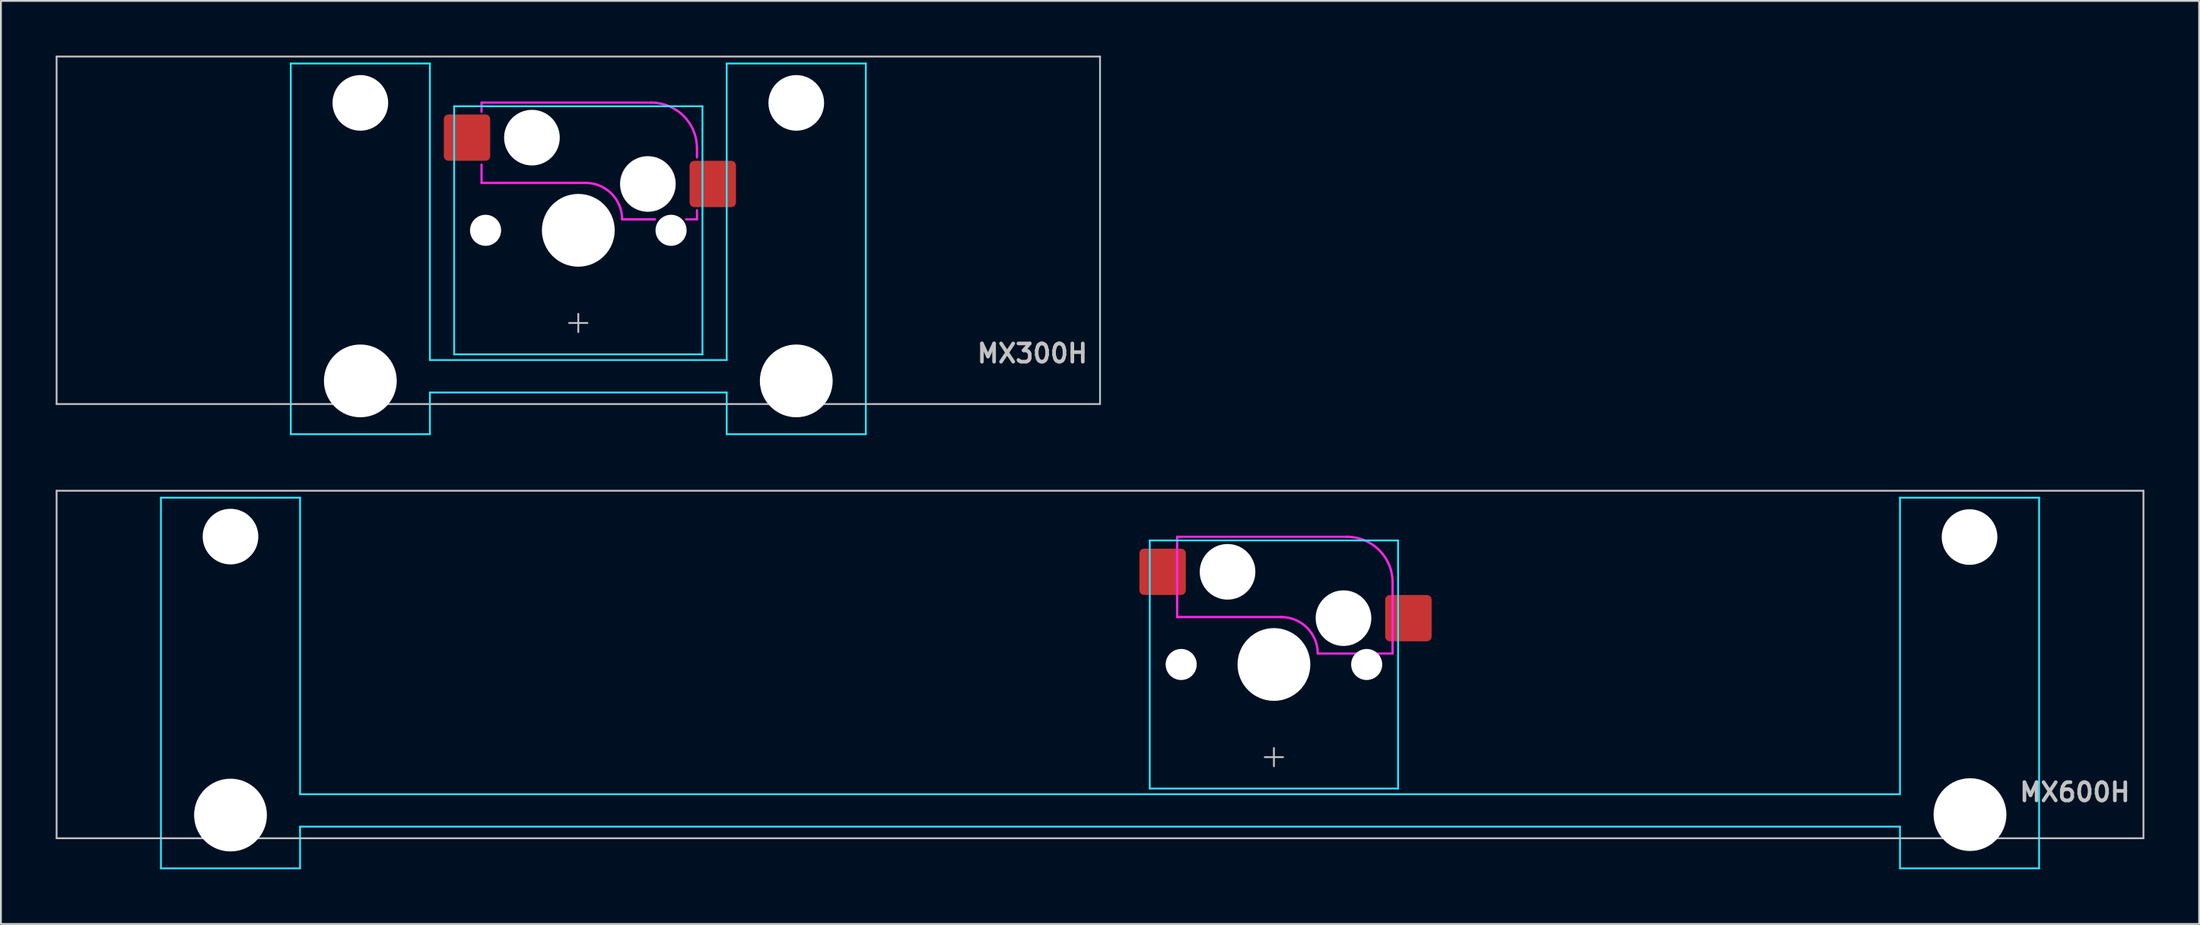
<source format=kicad_pcb>
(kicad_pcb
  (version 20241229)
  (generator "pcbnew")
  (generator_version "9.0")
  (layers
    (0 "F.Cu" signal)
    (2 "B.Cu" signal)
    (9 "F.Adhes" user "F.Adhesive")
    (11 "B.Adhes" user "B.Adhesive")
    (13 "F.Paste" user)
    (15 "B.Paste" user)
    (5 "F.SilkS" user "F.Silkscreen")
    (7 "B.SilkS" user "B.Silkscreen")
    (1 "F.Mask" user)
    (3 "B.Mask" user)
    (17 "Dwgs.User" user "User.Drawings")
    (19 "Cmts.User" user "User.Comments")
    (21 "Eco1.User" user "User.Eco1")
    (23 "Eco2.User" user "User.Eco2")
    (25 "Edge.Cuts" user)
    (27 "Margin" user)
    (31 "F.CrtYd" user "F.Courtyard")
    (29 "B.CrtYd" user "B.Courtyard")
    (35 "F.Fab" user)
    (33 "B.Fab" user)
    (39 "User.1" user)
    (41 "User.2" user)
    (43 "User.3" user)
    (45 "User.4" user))
  (footprint "MX600H"
    (layer "F.Cu")
    (at 66.725 33.376)
    (property "Reference" "MX600H" (at 47 7 0) (layer "Dwgs.User") (effects (font (size 1 1) (thickness 0.2)) (justify right)))
    (attr smd)
    (fp_line (start -66.675 -9.525) (end -66.675 9.525) (stroke (width 0.1) (type solid)) (layer "Dwgs.User"))
    (fp_line (start -66.675 -9.525) (end 47.625 -9.525) (stroke (width 0.1) (type solid)) (layer "Dwgs.User"))
    (fp_line (start -66.675 9.525) (end 47.625 9.525) (stroke (width 0.1) (type solid)) (layer "Dwgs.User"))
    (fp_line (start -0.5 5.08) (end 0.5 5.08) (stroke (width 0.1) (type solid)) (layer "Dwgs.User"))
    (fp_line (start 0 4.58) (end 0 5.58) (stroke (width 0.1) (type solid)) (layer "Dwgs.User"))
    (fp_line (start 47.625 -9.525) (end 47.625 9.525) (stroke (width 0.1) (type solid)) (layer "Dwgs.User"))
    (fp_line (start -60.65 -5.485) (end -60.65 8.515) (stroke (width 0.1) (type solid)) (layer "Eco1.User"))
    (fp_line (start -60.15 -5.985) (end -54.15 -5.985) (stroke (width 0.1) (type solid)) (layer "Eco1.User"))
    (fp_line (start -54.15 9.015) (end -60.15 9.015) (stroke (width 0.1) (type solid)) (layer "Eco1.User"))
    (fp_line (start -53.65 8.515) (end -53.65 -5.485) (stroke (width 0.1) (type solid)) (layer "Eco1.User"))
    (fp_line (start -7 -6.5) (end -7 6.5) (stroke (width 0.1) (type solid)) (layer "Eco1.User"))
    (fp_line (start -6.5 7) (end 6.5 7) (stroke (width 0.1) (type solid)) (layer "Eco1.User"))
    (fp_line (start 6.5 -7) (end -6.5 -7) (stroke (width 0.1) (type solid)) (layer "Eco1.User"))
    (fp_line (start 7 6.5) (end 7 -6.5) (stroke (width 0.1) (type solid)) (layer "Eco1.User"))
    (fp_line (start 34.6 -5.485) (end 34.6 8.515) (stroke (width 0.1) (type solid)) (layer "Eco1.User"))
    (fp_line (start 35.1 -5.985) (end 41.1 -5.985) (stroke (width 0.1) (type solid)) (layer "Eco1.User"))
    (fp_line (start 41.1 9.015) (end 35.1 9.015) (stroke (width 0.1) (type solid)) (layer "Eco1.User"))
    (fp_line (start 41.6 8.515) (end 41.6 -5.485) (stroke (width 0.1) (type solid)) (layer "Eco1.User"))
    (fp_arc (start -60.65 -5.485) (mid -60.503553 -5.838553) (end -60.15 -5.985) (stroke (width 0.1) (type solid)) (layer "Eco1.User"))
    (fp_arc (start -60.15 9.015) (mid -60.503553 8.868553) (end -60.65 8.515) (stroke (width 0.1) (type solid)) (layer "Eco1.User"))
    (fp_arc (start -54.15 -5.985) (mid -53.796447 -5.838553) (end -53.65 -5.485) (stroke (width 0.1) (type solid)) (layer "Eco1.User"))
    (fp_arc (start -53.65 8.515) (mid -53.796447 8.868553) (end -54.15 9.015) (stroke (width 0.1) (type solid)) (layer "Eco1.User"))
    (fp_arc (start -7 -6.5) (mid -6.853553 -6.853553) (end -6.5 -7) (stroke (width 0.1) (type solid)) (layer "Eco1.User"))
    (fp_arc (start -6.5 7) (mid -6.853553 6.853553) (end -7 6.5) (stroke (width 0.1) (type solid)) (layer "Eco1.User"))
    (fp_arc (start 6.5 -7) (mid 6.853553 -6.853553) (end 7 -6.5) (stroke (width 0.1) (type solid)) (layer "Eco1.User"))
    (fp_arc (start 7 6.5) (mid 6.853553 6.853553) (end 6.5 7) (stroke (width 0.1) (type solid)) (layer "Eco1.User"))
    (fp_arc (start 34.6 -5.485) (mid 34.746447 -5.838553) (end 35.1 -5.985) (stroke (width 0.1) (type solid)) (layer "Eco1.User"))
    (fp_arc (start 35.1 9.015) (mid 34.746447 8.868553) (end 34.6 8.515) (stroke (width 0.1) (type solid)) (layer "Eco1.User"))
    (fp_arc (start 41.1 -5.985) (mid 41.453553 -5.838553) (end 41.6 -5.485) (stroke (width 0.1) (type solid)) (layer "Eco1.User"))
    (fp_arc (start 41.6 8.515) (mid 41.453553 8.868553) (end 41.1 9.015) (stroke (width 0.1) (type solid)) (layer "Eco1.User"))
    (fp_line (start -60.96 -9.144) (end -60.96 11.176) (stroke (width 0.1) (type solid)) (layer "B.CrtYd"))
    (fp_line (start -60.96 -9.144) (end -53.34 -9.144) (stroke (width 0.1) (type solid)) (layer "B.CrtYd"))
    (fp_line (start -60.96 11.176) (end -53.34 11.176) (stroke (width 0.1) (type solid)) (layer "B.CrtYd"))
    (fp_line (start -53.34 7.112) (end -53.34 -9.144) (stroke (width 0.1) (type solid)) (layer "B.CrtYd"))
    (fp_line (start -53.34 7.112) (end 34.29 7.112) (stroke (width 0.1) (type solid)) (layer "B.CrtYd"))
    (fp_line (start -53.34 8.89) (end -53.34 11.176) (stroke (width 0.1) (type solid)) (layer "B.CrtYd"))
    (fp_line (start -53.34 8.89) (end 34.29 8.89) (stroke (width 0.1) (type solid)) (layer "B.CrtYd"))
    (fp_line (start -6.8 -6.8) (end -6.8 6.8) (stroke (width 0.1) (type solid)) (layer "B.CrtYd"))
    (fp_line (start 6.8 -6.8) (end -6.8 -6.8) (stroke (width 0.1) (type solid)) (layer "B.CrtYd"))
    (fp_line (start 6.8 -6.8) (end 6.8 6.8) (stroke (width 0.1) (type solid)) (layer "B.CrtYd"))
    (fp_line (start 6.8 6.8) (end -6.8 6.8) (stroke (width 0.1) (type solid)) (layer "B.CrtYd"))
    (fp_line (start 34.29 7.112) (end 34.29 -9.144) (stroke (width 0.1) (type solid)) (layer "B.CrtYd"))
    (fp_line (start 34.29 8.89) (end 34.29 11.176) (stroke (width 0.1) (type solid)) (layer "B.CrtYd"))
    (fp_line (start 41.91 -9.144) (end 34.29 -9.144) (stroke (width 0.1) (type solid)) (layer "B.CrtYd"))
    (fp_line (start 41.91 -9.144) (end 41.91 11.176) (stroke (width 0.1) (type solid)) (layer "B.CrtYd"))
    (fp_line (start 41.91 11.176) (end 34.29 11.176) (stroke (width 0.1) (type solid)) (layer "B.CrtYd"))
    (fp_line (start -5.3 -7) (end -5.3 -2.6) (stroke (width 0.127) (type solid)) (layer "F.CrtYd"))
    (fp_line (start -5.2 -7) (end -5.3 -7) (stroke (width 0.12) (type solid)) (layer "F.CrtYd"))
    (fp_line (start 0.4 -2.6) (end -5.3 -2.6) (stroke (width 0.127) (type solid)) (layer "F.CrtYd"))
    (fp_line (start 4 -7) (end -5.2 -7) (stroke (width 0.12) (type solid)) (layer "F.CrtYd"))
    (fp_line (start 6.5 -4.5) (end 6.5 -0.6) (stroke (width 0.127) (type solid)) (layer "F.CrtYd"))
    (fp_line (start 6.5 -0.6) (end 2.4 -0.6) (stroke (width 0.12) (type solid)) (layer "F.CrtYd"))
    (fp_arc (start 0.4 -2.6) (mid 1.814214 -2.014214) (end 2.4 -0.6) (stroke (width 0.127) (type solid)) (layer "F.CrtYd"))
    (fp_arc (start 4 -7) (mid 5.767767 -6.267767) (end 6.5 -4.5) (stroke (width 0.127) (type solid)) (layer "F.CrtYd"))
    (pad "" np_thru_hole circle (at -57.15 -7.01) (size 3.048 3.048) (drill 3.048) (layers "*.Cu" "*.Mask"))
    (pad "" np_thru_hole circle (at -57.15 8.255) (size 3.988 3.988) (drill 3.988) (layers "*.Cu" "*.Mask"))
    (pad "" np_thru_hole circle (at -5.08 0) (size 1.702 1.702) (drill 1.702) (layers "*.Cu" "*.Mask"))
    (pad "" np_thru_hole circle (at -2.54 -5.08) (size 3.048 3.048) (drill 3.048) (layers "*.Cu" "*.Mask"))
    (pad "" np_thru_hole circle (at 0 0) (size 3.988 3.988) (drill 3.988) (layers "*.Cu" "*.Mask"))
    (pad "" np_thru_hole circle (at 3.81 -2.54) (size 3.048 3.048) (drill 3.048) (layers "*.Cu" "*.Mask"))
    (pad "" np_thru_hole circle (at 5.08 0) (size 1.702 1.702) (drill 1.702) (layers "*.Cu" "*.Mask"))
    (pad "" np_thru_hole circle (at 38.1 -6.985) (size 3.048 3.048) (drill 3.048) (layers "*.Cu" "*.Mask"))
    (pad "" np_thru_hole circle (at 38.125 8.23) (size 3.988 3.988) (drill 3.988) (layers "*.Cu" "*.Mask"))
    (pad "1" smd roundrect (at -6.096 -5.08) (size 2.54 2.54) (layers "F.Cu" "F.Mask") (roundrect_rratio 0.1))
    (pad "2" smd roundrect (at 7.366 -2.54) (size 2.54 2.54) (layers "F.Cu" "F.Mask") (roundrect_rratio 0.1)))
  (footprint "MX300H"
    (layer "F.Cu")
    (at 28.625 9.575)
    (property "Reference" "MX300H" (at 28 6.75 0) (layer "Dwgs.User") (effects (font (size 1 1) (thickness 0.2)) (justify right)))
    (attr smd)
    (fp_line (start -28.575 -9.525) (end -28.575 9.525) (stroke (width 0.1) (type solid)) (layer "Dwgs.User"))
    (fp_line (start -28.575 -9.525) (end 28.575 -9.525) (stroke (width 0.1) (type solid)) (layer "Dwgs.User"))
    (fp_line (start -28.575 9.525) (end 28.575 9.525) (stroke (width 0.1) (type solid)) (layer "Dwgs.User"))
    (fp_line (start -0.5 5.08) (end 0.5 5.08) (stroke (width 0.1) (type solid)) (layer "Dwgs.User"))
    (fp_line (start 0 4.58) (end 0 5.58) (stroke (width 0.1) (type solid)) (layer "Dwgs.User"))
    (fp_line (start 28.575 -9.525) (end 28.575 9.525) (stroke (width 0.1) (type solid)) (layer "Dwgs.User"))
    (fp_line (start -15.438 -5.485) (end -15.438 8.515) (stroke (width 0.1) (type solid)) (layer "Eco1.User"))
    (fp_line (start -14.938 -5.985) (end -8.938 -5.985) (stroke (width 0.1) (type solid)) (layer "Eco1.User"))
    (fp_line (start -8.938 9.015) (end -14.938 9.015) (stroke (width 0.1) (type solid)) (layer "Eco1.User"))
    (fp_line (start -8.438 8.515) (end -8.438 -5.485) (stroke (width 0.1) (type solid)) (layer "Eco1.User"))
    (fp_line (start -7 -6.5) (end -7 6.5) (stroke (width 0.1) (type solid)) (layer "Eco1.User"))
    (fp_line (start -6.5 7) (end 6.5 7) (stroke (width 0.1) (type solid)) (layer "Eco1.User"))
    (fp_line (start 6.5 -7) (end -6.5 -7) (stroke (width 0.1) (type solid)) (layer "Eco1.User"))
    (fp_line (start 7 6.5) (end 7 -6.5) (stroke (width 0.1) (type solid)) (layer "Eco1.User"))
    (fp_line (start 8.438 -5.485) (end 8.438 8.515) (stroke (width 0.1) (type solid)) (layer "Eco1.User"))
    (fp_line (start 8.938 -5.985) (end 14.938 -5.985) (stroke (width 0.1) (type solid)) (layer "Eco1.User"))
    (fp_line (start 14.938 9.015) (end 8.938 9.015) (stroke (width 0.1) (type solid)) (layer "Eco1.User"))
    (fp_line (start 15.438 8.515) (end 15.438 -5.485) (stroke (width 0.1) (type solid)) (layer "Eco1.User"))
    (fp_arc (start -15.438 -5.485) (mid -15.291553 -5.838553) (end -14.938 -5.985) (stroke (width 0.1) (type solid)) (layer "Eco1.User"))
    (fp_arc (start -14.938 9.015) (mid -15.291553 8.868553) (end -15.438 8.515) (stroke (width 0.1) (type solid)) (layer "Eco1.User"))
    (fp_arc (start -8.938 -5.985) (mid -8.584447 -5.838553) (end -8.438 -5.485) (stroke (width 0.1) (type solid)) (layer "Eco1.User"))
    (fp_arc (start -8.438 8.515) (mid -8.584447 8.868553) (end -8.938 9.015) (stroke (width 0.1) (type solid)) (layer "Eco1.User"))
    (fp_arc (start -7 -6.5) (mid -6.853553 -6.853553) (end -6.5 -7) (stroke (width 0.1) (type solid)) (layer "Eco1.User"))
    (fp_arc (start -6.5 7) (mid -6.853553 6.853553) (end -7 6.5) (stroke (width 0.1) (type solid)) (layer "Eco1.User"))
    (fp_arc (start 6.5 -7) (mid 6.853553 -6.853553) (end 7 -6.5) (stroke (width 0.1) (type solid)) (layer "Eco1.User"))
    (fp_arc (start 7 6.5) (mid 6.853553 6.853553) (end 6.5 7) (stroke (width 0.1) (type solid)) (layer "Eco1.User"))
    (fp_arc (start 8.438 -5.485) (mid 8.584447 -5.838553) (end 8.938 -5.985) (stroke (width 0.1) (type solid)) (layer "Eco1.User"))
    (fp_arc (start 8.938 9.015) (mid 8.584447 8.868553) (end 8.438 8.515) (stroke (width 0.1) (type solid)) (layer "Eco1.User"))
    (fp_arc (start 14.938 -5.985) (mid 15.291553 -5.838553) (end 15.438 -5.485) (stroke (width 0.1) (type solid)) (layer "Eco1.User"))
    (fp_arc (start 15.438 8.515) (mid 15.291553 8.868553) (end 14.938 9.015) (stroke (width 0.1) (type solid)) (layer "Eco1.User"))
    (fp_line (start -15.748 -9.144) (end -15.748 11.176) (stroke (width 0.1) (type solid)) (layer "B.CrtYd"))
    (fp_line (start -15.748 11.176) (end -8.128 11.176) (stroke (width 0.1) (type solid)) (layer "B.CrtYd"))
    (fp_line (start -8.128 -9.144) (end -15.748 -9.144) (stroke (width 0.1) (type solid)) (layer "B.CrtYd"))
    (fp_line (start -8.128 7.112) (end -8.128 -9.144) (stroke (width 0.1) (type solid)) (layer "B.CrtYd"))
    (fp_line (start -8.128 7.112) (end 8.128 7.112) (stroke (width 0.1) (type solid)) (layer "B.CrtYd"))
    (fp_line (start -8.128 8.89) (end -8.128 11.176) (stroke (width 0.1) (type solid)) (layer "B.CrtYd"))
    (fp_line (start -8.128 8.89) (end 8.128 8.89) (stroke (width 0.1) (type solid)) (layer "B.CrtYd"))
    (fp_line (start -6.8 -6.8) (end -6.8 6.8) (stroke (width 0.1) (type solid)) (layer "B.CrtYd"))
    (fp_line (start 6.8 -6.8) (end -6.8 -6.8) (stroke (width 0.1) (type solid)) (layer "B.CrtYd"))
    (fp_line (start 6.8 -6.8) (end 6.8 6.8) (stroke (width 0.1) (type solid)) (layer "B.CrtYd"))
    (fp_line (start 6.8 6.8) (end -6.8 6.8) (stroke (width 0.1) (type solid)) (layer "B.CrtYd"))
    (fp_line (start 8.128 -9.144) (end 15.748 -9.144) (stroke (width 0.1) (type solid)) (layer "B.CrtYd"))
    (fp_line (start 8.128 7.112) (end 8.128 -9.142) (stroke (width 0.1) (type solid)) (layer "B.CrtYd"))
    (fp_line (start 8.128 8.89) (end 8.128 11.176) (stroke (width 0.1) (type solid)) (layer "B.CrtYd"))
    (fp_line (start 15.748 11.176) (end 8.128 11.176) (stroke (width 0.1) (type solid)) (layer "B.CrtYd"))
    (fp_line (start 15.748 11.176) (end 15.748 -9.144) (stroke (width 0.1) (type solid)) (layer "B.CrtYd"))
    (fp_line (start -5.3 -7) (end -5.3 -6.5) (stroke (width 0.127) (type solid)) (layer "F.CrtYd"))
    (fp_line (start -5.3 -3.6) (end -5.3 -2.6) (stroke (width 0.127) (type solid)) (layer "F.CrtYd"))
    (fp_line (start -5.2 -7) (end -5.3 -7) (stroke (width 0.12) (type solid)) (layer "F.CrtYd"))
    (fp_line (start 0.4 -2.6) (end -5.3 -2.6) (stroke (width 0.127) (type solid)) (layer "F.CrtYd"))
    (fp_line (start 4 -7) (end -5.2 -7) (stroke (width 0.12) (type solid)) (layer "F.CrtYd"))
    (fp_line (start 4.2 -0.6) (end 2.4 -0.6) (stroke (width 0.127) (type solid)) (layer "F.CrtYd"))
    (fp_line (start 6.5 -4.5) (end 6.5 -4) (stroke (width 0.127) (type solid)) (layer "F.CrtYd"))
    (fp_line (start 6.5 -1.1) (end 6.5 -0.6) (stroke (width 0.12) (type solid)) (layer "F.CrtYd"))
    (fp_line (start 6.5 -0.6) (end 5.9 -0.6) (stroke (width 0.12) (type solid)) (layer "F.CrtYd"))
    (fp_arc (start 0.4 -2.6) (mid 1.814214 -2.014214) (end 2.4 -0.6) (stroke (width 0.127) (type solid)) (layer "F.CrtYd"))
    (fp_arc (start 4 -7) (mid 5.767767 -6.267767) (end 6.5 -4.5) (stroke (width 0.127) (type solid)) (layer "F.CrtYd"))
    (pad "" np_thru_hole circle (at -11.938 -6.985) (size 3.048 3.048) (drill 3.048) (layers "*.Cu" "*.Mask"))
    (pad "" np_thru_hole circle (at -11.938 8.255) (size 3.988 3.988) (drill 3.988) (layers "*.Cu" "*.Mask"))
    (pad "" np_thru_hole circle (at -5.08 0) (size 1.702 1.702) (drill 1.702) (layers "*.Cu" "*.Mask"))
    (pad "" np_thru_hole circle (at -2.54 -5.08) (size 3.048 3.048) (drill 3.048) (layers "*.Cu" "*.Mask"))
    (pad "" np_thru_hole circle (at 0 0) (size 3.988 3.988) (drill 3.988) (layers "*.Cu" "*.Mask"))
    (pad "" np_thru_hole circle (at 3.81 -2.54) (size 3.048 3.048) (drill 3.048) (layers "*.Cu" "*.Mask"))
    (pad "" np_thru_hole circle (at 5.08 0) (size 1.702 1.702) (drill 1.702) (layers "*.Cu" "*.Mask"))
    (pad "" np_thru_hole circle (at 11.938 -6.985) (size 3.048 3.048) (drill 3.048) (layers "*.Cu" "*.Mask"))
    (pad "" np_thru_hole circle (at 11.938 8.255) (size 3.988 3.988) (drill 3.988) (layers "*.Cu" "*.Mask"))
    (pad "1" smd roundrect (at -6.096 -5.08) (size 2.54 2.54) (layers "F.Cu" "F.Mask" "F.Paste") (roundrect_rratio 0.1))
    (pad "2" smd roundrect (at 7.366 -2.54) (size 2.54 2.54) (layers "F.Cu" "F.Mask" "F.Paste") (roundrect_rratio 0.1)))
  (gr_rect
    (start -3 -3)
    (end 117.4 47.602)
    (stroke (width 0.1) (type default))
    (fill no)
    (layer "Edge.Cuts")))
</source>
